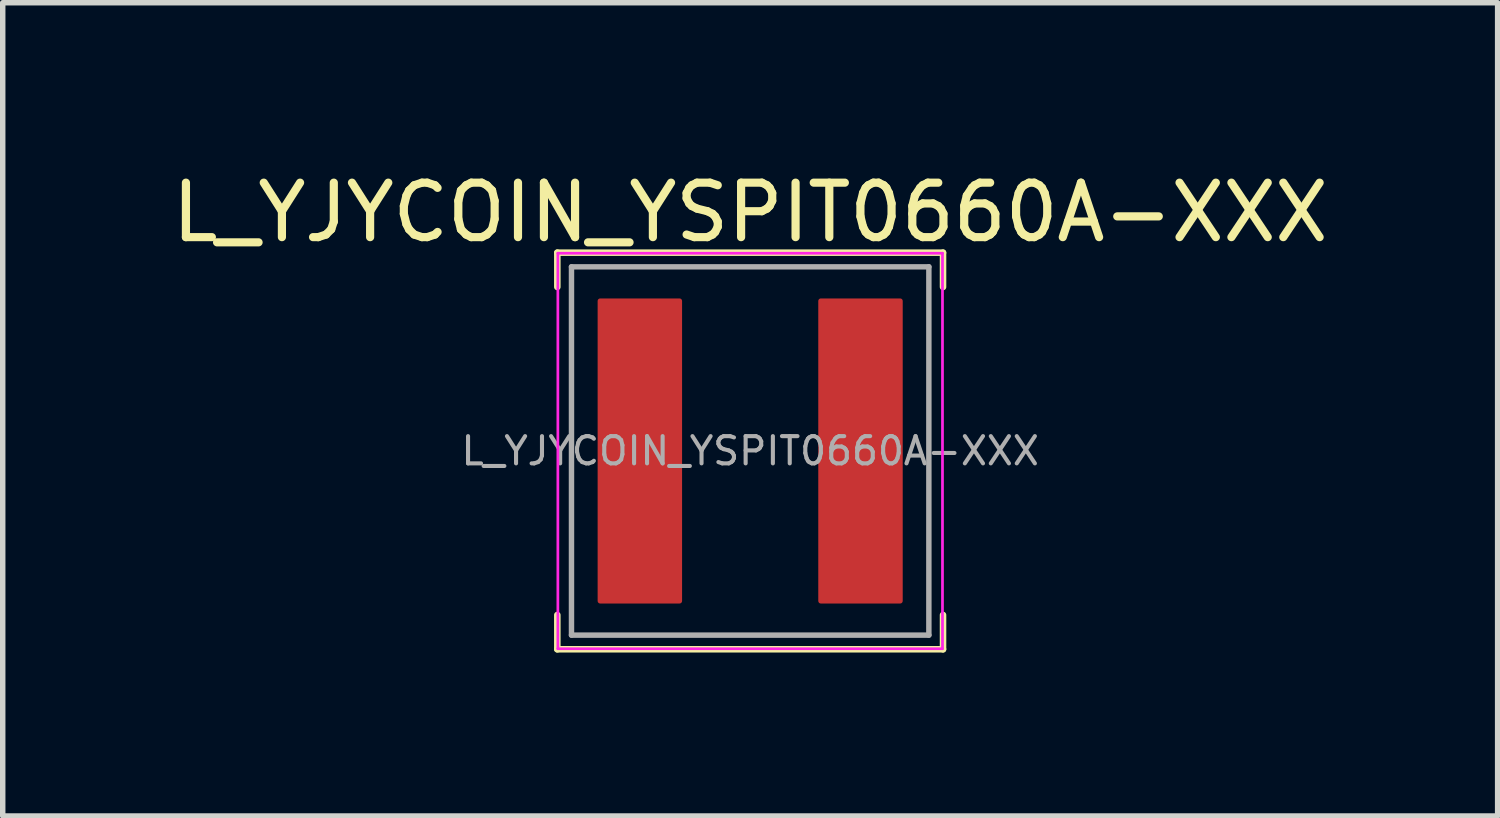
<source format=kicad_pcb>
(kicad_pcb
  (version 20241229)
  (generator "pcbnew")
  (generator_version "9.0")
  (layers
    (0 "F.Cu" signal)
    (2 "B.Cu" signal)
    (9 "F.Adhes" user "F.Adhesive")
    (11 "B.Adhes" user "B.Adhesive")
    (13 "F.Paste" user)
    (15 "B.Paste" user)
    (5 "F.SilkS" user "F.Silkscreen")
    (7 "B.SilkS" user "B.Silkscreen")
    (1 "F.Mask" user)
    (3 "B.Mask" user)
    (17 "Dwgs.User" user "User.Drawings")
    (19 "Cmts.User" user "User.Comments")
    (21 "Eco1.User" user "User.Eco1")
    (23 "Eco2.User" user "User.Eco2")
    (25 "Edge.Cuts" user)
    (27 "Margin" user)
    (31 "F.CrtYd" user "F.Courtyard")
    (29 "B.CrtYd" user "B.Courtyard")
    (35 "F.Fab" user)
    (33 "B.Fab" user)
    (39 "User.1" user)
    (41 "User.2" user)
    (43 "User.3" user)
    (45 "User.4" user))
  (footprint "L_YJYCOIN_YSPIT0660A-XXX"
    (layer "F.Cu")
    (at 10.72 5.228)
    (property "Reference" "L_YJYCOIN_YSPIT0660A-XXX" (at 0 -4.38 0) (layer "F.SilkS") (effects (font (size 1 1) (thickness 0.15))))
    (attr smd)
    (fp_line (start -3.54 -3.64) (end -3.54 -3.01) (stroke (width 0.12) (type solid)) (layer "F.SilkS"))
    (fp_line (start -3.54 -3.64) (end 3.54 -3.64) (stroke (width 0.12) (type solid)) (layer "F.SilkS"))
    (fp_line (start -3.54 3.64) (end -3.54 3.01) (stroke (width 0.12) (type solid)) (layer "F.SilkS"))
    (fp_line (start -3.54 3.64) (end 3.54 3.64) (stroke (width 0.12) (type solid)) (layer "F.SilkS"))
    (fp_line (start 3.54 -3.64) (end 3.54 -3.01) (stroke (width 0.12) (type solid)) (layer "F.SilkS"))
    (fp_line (start 3.54 3.64) (end 3.54 3.01) (stroke (width 0.12) (type solid)) (layer "F.SilkS"))
    (fp_line (start -3.53 -3.63) (end -3.53 3.63) (stroke (width 0.05) (type solid)) (layer "F.CrtYd"))
    (fp_line (start -3.53 3.63) (end 3.53 3.63) (stroke (width 0.05) (type solid)) (layer "F.CrtYd"))
    (fp_line (start 3.53 -3.63) (end -3.53 -3.63) (stroke (width 0.05) (type solid)) (layer "F.CrtYd"))
    (fp_line (start 3.53 3.63) (end 3.53 -3.63) (stroke (width 0.05) (type solid)) (layer "F.CrtYd"))
    (fp_line (start -3.28 -3.38) (end -3.28 3.38) (stroke (width 0.1) (type solid)) (layer "F.Fab"))
    (fp_line (start -3.28 3.38) (end 3.28 3.38) (stroke (width 0.1) (type solid)) (layer "F.Fab"))
    (fp_line (start 3.28 -3.38) (end -3.28 -3.38) (stroke (width 0.1) (type solid)) (layer "F.Fab"))
    (fp_line (start 3.28 3.38) (end 3.28 -3.38) (stroke (width 0.1) (type solid)) (layer "F.Fab"))
    (fp_text user "${REFERENCE}" (at 0 0 0) (layer "F.Fab") (effects (font (size 0.5 0.5) (thickness 0.075))))
    (pad "1" smd roundrect (at -2.025 0) (size 1.55 5.6) (layers "F.Cu" "F.Mask" "F.Paste") (roundrect_rratio 0.03))
    (pad "2" smd roundrect (at 2.025 0) (size 1.55 5.6) (layers "F.Cu" "F.Mask" "F.Paste") (roundrect_rratio 0.03)))
  (gr_rect
    (start -3 -3)
    (end 24.44 11.928)
    (stroke (width 0.1) (type default))
    (fill no)
    (layer "Edge.Cuts")))
</source>
